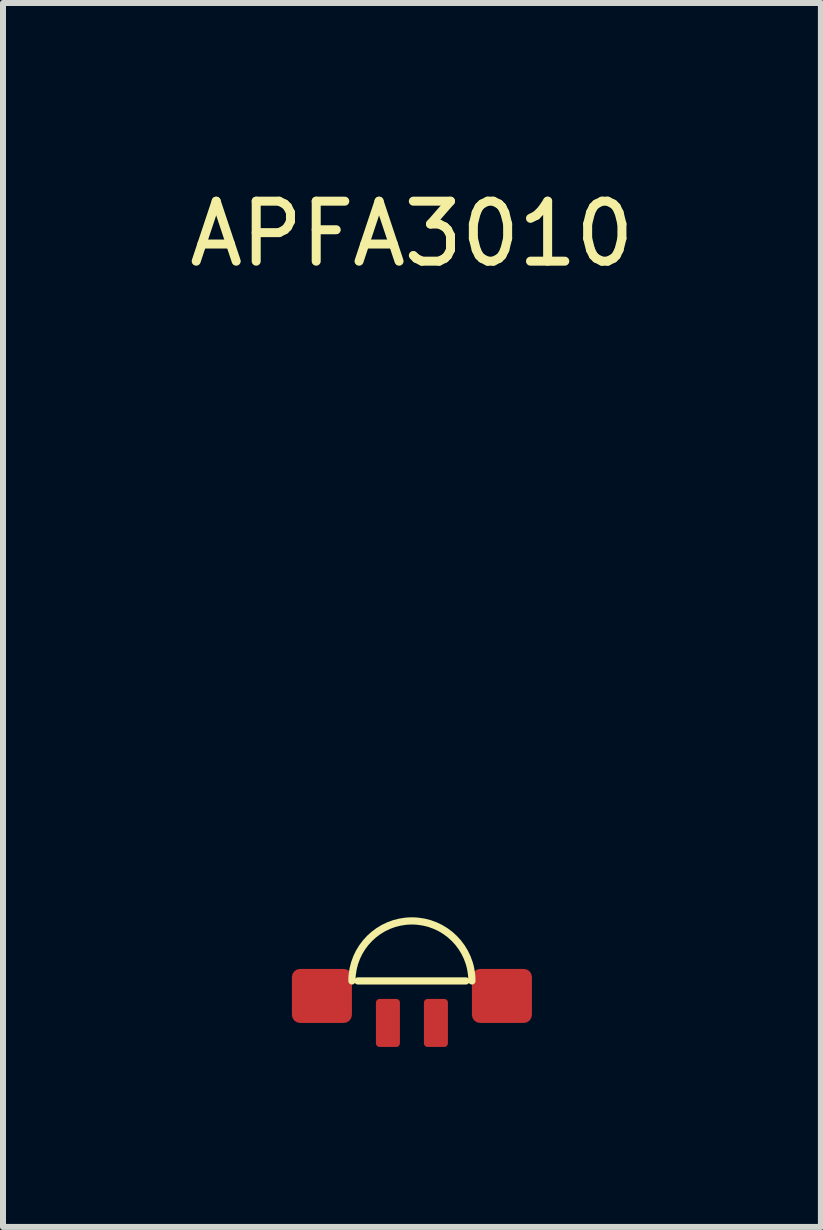
<source format=kicad_pcb>
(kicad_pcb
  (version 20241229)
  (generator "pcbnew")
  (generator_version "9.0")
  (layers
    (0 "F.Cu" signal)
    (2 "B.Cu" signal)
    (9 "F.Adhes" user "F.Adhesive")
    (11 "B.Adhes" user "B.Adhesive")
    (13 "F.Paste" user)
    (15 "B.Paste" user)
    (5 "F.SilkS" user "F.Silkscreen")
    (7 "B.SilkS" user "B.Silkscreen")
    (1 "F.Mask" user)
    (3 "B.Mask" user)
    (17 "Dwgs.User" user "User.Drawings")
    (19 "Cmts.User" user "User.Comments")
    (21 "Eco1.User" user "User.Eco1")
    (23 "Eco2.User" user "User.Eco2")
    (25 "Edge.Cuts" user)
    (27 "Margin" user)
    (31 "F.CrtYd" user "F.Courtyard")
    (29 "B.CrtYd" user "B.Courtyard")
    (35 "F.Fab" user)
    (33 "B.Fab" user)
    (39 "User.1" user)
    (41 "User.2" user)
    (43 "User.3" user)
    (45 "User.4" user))
  (footprint "APFA3010"
    (layer "F.Cu")
    (at 3.815 13.548)
    (property "Reference" "APFA3010" (at 0 -12.7 0) (unlocked yes) (layer "F.SilkS") (effects (font (size 1 1) (thickness 0.15))))
    (attr smd)
    (fp_line (start -0.9 -0.25) (end 0.9 -0.25) (stroke (width 0.12) (type solid)) (layer "F.SilkS"))
    (fp_arc (start -1 -0.25) (mid 0 -1.25) (end 1 -0.25) (stroke (width 0.12) (type solid)) (layer "F.SilkS"))
    (pad "1" smd roundrect (at -1.5 0) (size 1 0.9) (layers "F.Cu" "F.Mask" "F.Paste") (roundrect_rratio 0.15))
    (pad "2" smd roundrect (at 1.5 0) (size 1 0.9) (layers "F.Cu" "F.Mask" "F.Paste") (roundrect_rratio 0.15))
    (pad "3" smd roundrect (at 0.4 0.45) (size 0.4 0.8) (layers "F.Cu" "F.Mask" "F.Paste") (roundrect_rratio 0.15))
    (pad "4" smd roundrect (at -0.4 0.45) (size 0.4 0.8) (layers "F.Cu" "F.Mask" "F.Paste") (roundrect_rratio 0.15)))
  (gr_rect
    (start -3 -3)
    (end 10.631 17.398)
    (stroke (width 0.1) (type default))
    (fill no)
    (layer "Edge.Cuts")))
</source>
